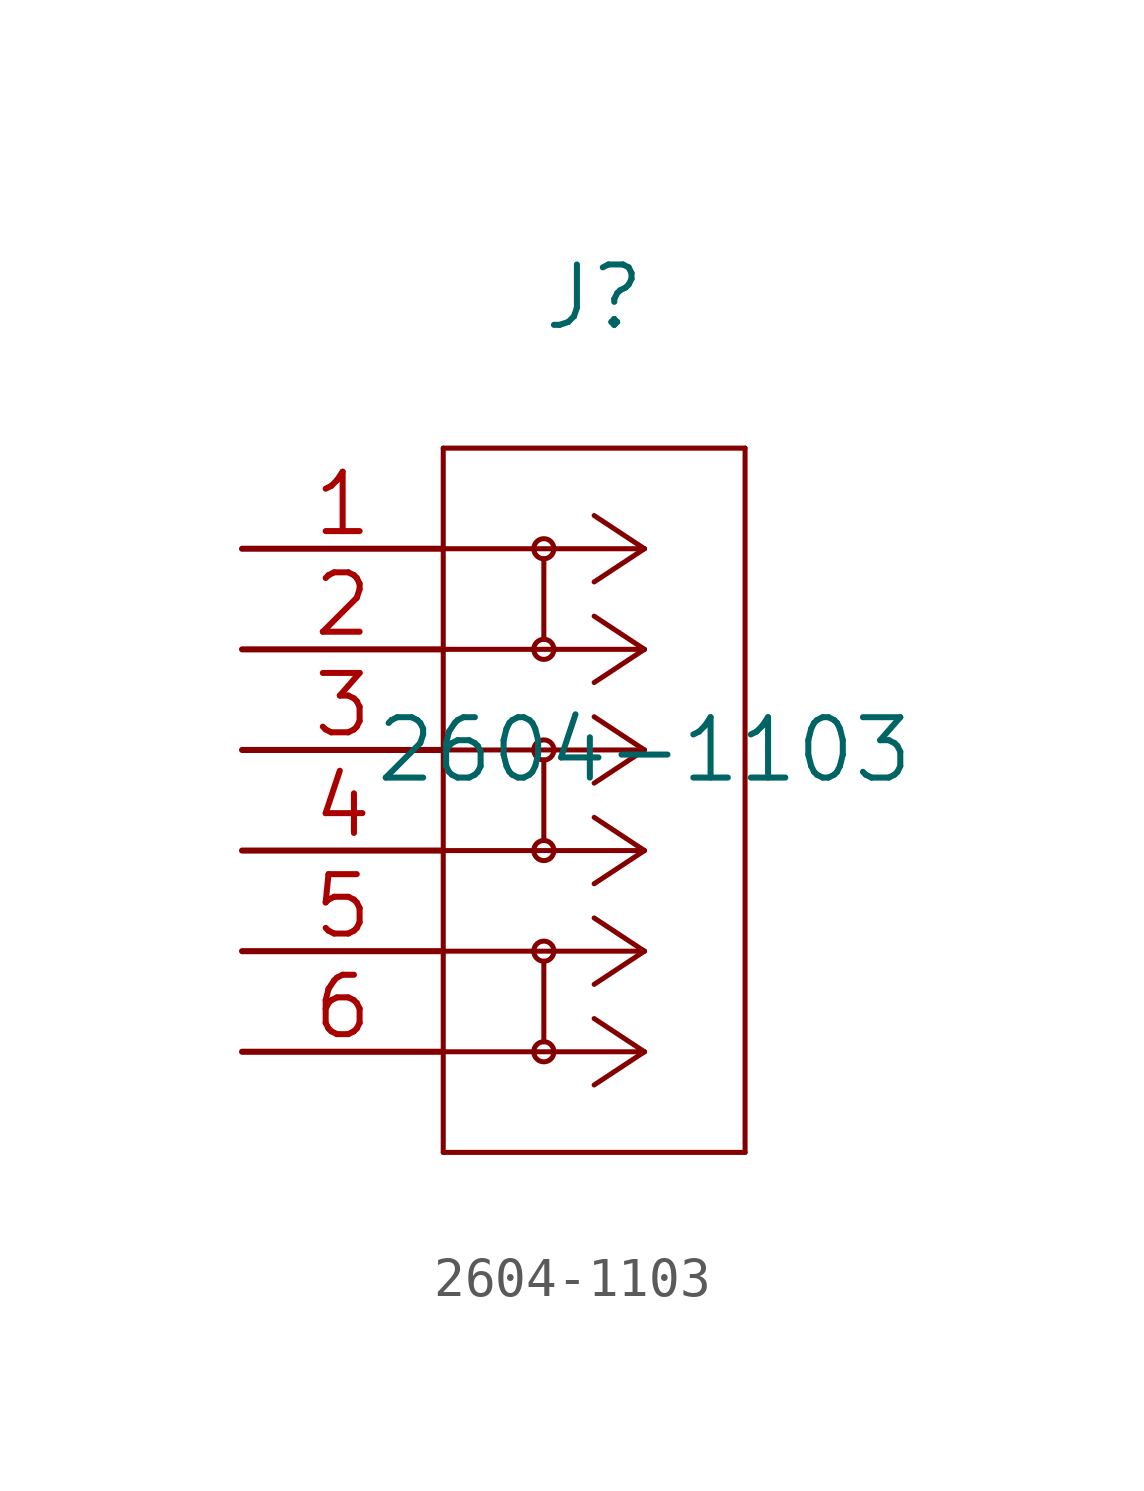
<source format=kicad_sym>
(kicad_symbol_lib
  (version 20211014)
  (generator kicad_symbol_editor)
  (symbol "2604-1103"
    (pin_names
      (offset 0.254) hide)
    (property "Reference" "J"
      (at -1.27 11.43 0)
      (effects (font (size 1.524 1.524))))
    (property "Value" "2604-1103"
      (at 0 0 0)
      (effects (font (size 1.524 1.524))))
    (property "Datasheet" ""
      (at 0 0 0)
      (effects (font (size 1.524 1.524))))
    (symbol "2604-1103_1_1"
      (circle (center -2.54 -7.62) (radius 0.254) (stroke (width 0.127) (type default) (color 0 0 0 0)) (fill (type none)))
      (circle (center -2.54 -5.08) (radius 0.254) (stroke (width 0.127) (type default) (color 0 0 0 0)) (fill (type none)))
      (circle (center -2.54 -2.54) (radius 0.254) (stroke (width 0.127) (type default) (color 0 0 0 0)) (fill (type none)))
      (circle (center -2.54 0) (radius 0.254) (stroke (width 0.127) (type default) (color 0 0 0 0)) (fill (type none)))
      (circle (center -2.54 2.54) (radius 0.254) (stroke (width 0.127) (type default) (color 0 0 0 0)) (fill (type none)))
      (circle (center -2.54 5.08) (radius 0.254) (stroke (width 0.127) (type default) (color 0 0 0 0)) (fill (type none)))
      (arc (start -2.286 -7.62) (mid -2.794 -7.62) (end -2.286 -7.62) (stroke (width 0.127) (type default) (color 0 0 0 0)) (fill (type none)))
      (arc (start -2.286 -5.08) (mid -2.794 -5.08) (end -2.286 -5.08) (stroke (width 0.127) (type default) (color 0 0 0 0)) (fill (type none)))
      (arc (start -2.286 -2.54) (mid -2.794 -2.54) (end -2.286 -2.54) (stroke (width 0.127) (type default) (color 0 0 0 0)) (fill (type none)))
      (arc (start -2.286 0) (mid -2.794 0) (end -2.286 0) (stroke (width 0.127) (type default) (color 0 0 0 0)) (fill (type none)))
      (arc (start -2.286 2.54) (mid -2.794 2.54) (end -2.286 2.54) (stroke (width 0.127) (type default) (color 0 0 0 0)) (fill (type none)))
      (arc (start -2.286 5.08) (mid -2.794 5.08) (end -2.286 5.08) (stroke (width 0.127) (type default) (color 0 0 0 0)) (fill (type none)))
      (polyline (pts (xy -5.08 -10.16) (xy 2.54 -10.16)) (stroke (width 0.127) (type default) (color 0 0 0 0)) (fill (type none)))
      (polyline (pts (xy -5.08 7.62) (xy -5.08 -10.16)) (stroke (width 0.127) (type default) (color 0 0 0 0)) (fill (type none)))
      (polyline (pts (xy -2.54 -5.334) (xy -2.54 -7.366)) (stroke (width 0.127) (type default) (color 0 0 0 0)) (fill (type none)))
      (polyline (pts (xy -2.54 -0.254) (xy -2.54 -2.286)) (stroke (width 0.127) (type default) (color 0 0 0 0)) (fill (type none)))
      (polyline (pts (xy -2.54 4.826) (xy -2.54 2.794)) (stroke (width 0.127) (type default) (color 0 0 0 0)) (fill (type none)))
      (polyline (pts (xy 0 -7.62) (xy -5.08 -7.62)) (stroke (width 0.127) (type default) (color 0 0 0 0)) (fill (type none)))
      (polyline (pts (xy 0 -7.62) (xy -1.27 -8.458)) (stroke (width 0.127) (type default) (color 0 0 0 0)) (fill (type none)))
      (polyline (pts (xy 0 -7.62) (xy -1.27 -6.782)) (stroke (width 0.127) (type default) (color 0 0 0 0)) (fill (type none)))
      (polyline (pts (xy 0 -5.08) (xy -5.08 -5.08)) (stroke (width 0.127) (type default) (color 0 0 0 0)) (fill (type none)))
      (polyline (pts (xy 0 -5.08) (xy -1.27 -5.918)) (stroke (width 0.127) (type default) (color 0 0 0 0)) (fill (type none)))
      (polyline (pts (xy 0 -5.08) (xy -1.27 -4.242)) (stroke (width 0.127) (type default) (color 0 0 0 0)) (fill (type none)))
      (polyline (pts (xy 0 -2.54) (xy -5.08 -2.54)) (stroke (width 0.127) (type default) (color 0 0 0 0)) (fill (type none)))
      (polyline (pts (xy 0 -2.54) (xy -1.27 -3.378)) (stroke (width 0.127) (type default) (color 0 0 0 0)) (fill (type none)))
      (polyline (pts (xy 0 -2.54) (xy -1.27 -1.702)) (stroke (width 0.127) (type default) (color 0 0 0 0)) (fill (type none)))
      (polyline (pts (xy 0 0) (xy -5.08 0)) (stroke (width 0.127) (type default) (color 0 0 0 0)) (fill (type none)))
      (polyline (pts (xy 0 0) (xy -1.27 -0.838)) (stroke (width 0.127) (type default) (color 0 0 0 0)) (fill (type none)))
      (polyline (pts (xy 0 0) (xy -1.27 0.838)) (stroke (width 0.127) (type default) (color 0 0 0 0)) (fill (type none)))
      (polyline (pts (xy 0 2.54) (xy -5.08 2.54)) (stroke (width 0.127) (type default) (color 0 0 0 0)) (fill (type none)))
      (polyline (pts (xy 0 2.54) (xy -1.27 1.702)) (stroke (width 0.127) (type default) (color 0 0 0 0)) (fill (type none)))
      (polyline (pts (xy 0 2.54) (xy -1.27 3.378)) (stroke (width 0.127) (type default) (color 0 0 0 0)) (fill (type none)))
      (polyline (pts (xy 0 5.08) (xy -5.08 5.08)) (stroke (width 0.127) (type default) (color 0 0 0 0)) (fill (type none)))
      (polyline (pts (xy 0 5.08) (xy -1.27 4.242)) (stroke (width 0.127) (type default) (color 0 0 0 0)) (fill (type none)))
      (polyline (pts (xy 0 5.08) (xy -1.27 5.918)) (stroke (width 0.127) (type default) (color 0 0 0 0)) (fill (type none)))
      (polyline (pts (xy 2.54 -10.16) (xy 2.54 7.62)) (stroke (width 0.127) (type default) (color 0 0 0 0)) (fill (type none)))
      (polyline (pts (xy 2.54 7.62) (xy -5.08 7.62)) (stroke (width 0.127) (type default) (color 0 0 0 0)) (fill (type none)))
      (pin passive line (at -10.16 5.08 0) (length 5.08) (name "1" (effects (font (size 1.499 1.499)))) (number "1" (effects (font (size 1.499 1.499)))))
      (pin passive line (at -10.16 2.54 0) (length 5.08) (name "2" (effects (font (size 1.499 1.499)))) (number "2" (effects (font (size 1.499 1.499)))))
      (pin passive line (at -10.16 0 0) (length 5.08) (name "3" (effects (font (size 1.499 1.499)))) (number "3" (effects (font (size 1.499 1.499)))))
      (pin passive line (at -10.16 -2.54 0) (length 5.08) (name "4" (effects (font (size 1.499 1.499)))) (number "4" (effects (font (size 1.499 1.499)))))
      (pin passive line (at -10.16 -5.08 0) (length 5.08) (name "5" (effects (font (size 1.499 1.499)))) (number "5" (effects (font (size 1.499 1.499)))))
      (pin passive line (at -10.16 -7.62 0) (length 5.08) (name "6" (effects (font (size 1.499 1.499)))) (number "6" (effects (font (size 1.499 1.499))))))))
</source>
